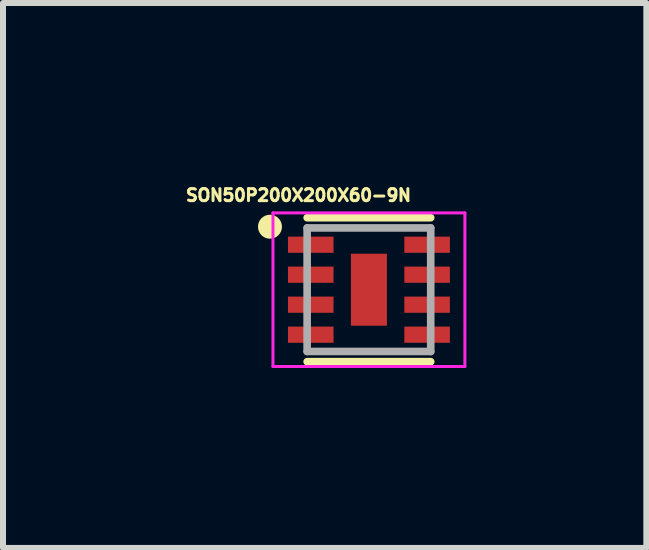
<source format=kicad_pcb>
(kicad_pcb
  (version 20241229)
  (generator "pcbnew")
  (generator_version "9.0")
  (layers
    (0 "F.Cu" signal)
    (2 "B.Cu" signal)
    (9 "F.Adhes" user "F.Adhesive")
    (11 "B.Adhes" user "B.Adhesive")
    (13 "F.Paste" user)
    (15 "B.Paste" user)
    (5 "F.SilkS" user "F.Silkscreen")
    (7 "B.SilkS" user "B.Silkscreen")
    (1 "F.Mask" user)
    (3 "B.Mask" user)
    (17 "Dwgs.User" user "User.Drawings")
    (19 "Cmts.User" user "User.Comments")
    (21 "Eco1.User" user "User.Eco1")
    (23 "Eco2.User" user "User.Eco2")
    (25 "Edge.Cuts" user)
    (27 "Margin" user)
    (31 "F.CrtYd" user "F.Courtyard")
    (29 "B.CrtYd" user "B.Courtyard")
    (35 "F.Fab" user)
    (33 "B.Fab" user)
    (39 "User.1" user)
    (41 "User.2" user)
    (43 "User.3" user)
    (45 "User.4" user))
  (footprint "SON50P200X200X60-9N"
    (layer "F.Cu")
    (at 3.101 1.78)
    (property "Reference" "SON50P200X200X60-9N" (at -1.175 -1.575 0) (layer "F.SilkS") (effects (font (size 0.2 0.2) (thickness 0.05))))
    (attr through_hole)
    (fp_line (start -1.03 -1.2) (end 1.03 -1.2) (stroke (width 0.127) (type solid)) (layer "F.SilkS"))
    (fp_line (start 1.03 1.2) (end -1.03 1.2) (stroke (width 0.127) (type solid)) (layer "F.SilkS"))
    (fp_circle (center -1.65 -1.05) (end -1.55 -1.05) (stroke (width 0.2) (type solid)) (fill no) (layer "F.SilkS"))
    (fp_poly (pts (xy -0.185 -0.485) (xy 0.185 -0.485) (xy 0.185 0.485) (xy -0.185 0.485)) (stroke (width 0.01) (type solid)) (fill yes) (layer "F.Paste"))
    (fp_line (start -1.6 -1.28) (end 1.6 -1.28) (stroke (width 0.05) (type solid)) (layer "F.CrtYd"))
    (fp_line (start -1.6 1.28) (end -1.6 -1.28) (stroke (width 0.05) (type solid)) (layer "F.CrtYd"))
    (fp_line (start 1.6 -1.28) (end 1.6 1.28) (stroke (width 0.05) (type solid)) (layer "F.CrtYd"))
    (fp_line (start 1.6 1.28) (end -1.6 1.28) (stroke (width 0.05) (type solid)) (layer "F.CrtYd"))
    (fp_line (start -1.03 -1.03) (end 1.03 -1.03) (stroke (width 0.127) (type solid)) (layer "F.Fab"))
    (fp_line (start -1.03 1.03) (end -1.03 -1.03) (stroke (width 0.127) (type solid)) (layer "F.Fab"))
    (fp_line (start 1.03 -1.03) (end 1.03 1.03) (stroke (width 0.127) (type solid)) (layer "F.Fab"))
    (fp_line (start 1.03 1.03) (end -1.03 1.03) (stroke (width 0.127) (type solid)) (layer "F.Fab"))
    (pad "1" smd rect (at -0.97 -0.75) (size 0.76 0.27) (layers "F.Cu" "F.Mask" "F.Paste"))
    (pad "2" smd rect (at -0.97 -0.25) (size 0.76 0.27) (layers "F.Cu" "F.Mask" "F.Paste"))
    (pad "3" smd rect (at -0.97 0.25) (size 0.76 0.27) (layers "F.Cu" "F.Mask" "F.Paste"))
    (pad "4" smd rect (at -0.97 0.75) (size 0.76 0.27) (layers "F.Cu" "F.Mask" "F.Paste"))
    (pad "5" smd rect (at 0.97 0.75) (size 0.76 0.27) (layers "F.Cu" "F.Mask" "F.Paste"))
    (pad "6" smd rect (at 0.97 0.25) (size 0.76 0.27) (layers "F.Cu" "F.Mask" "F.Paste"))
    (pad "7" smd rect (at 0.97 -0.25) (size 0.76 0.27) (layers "F.Cu" "F.Mask" "F.Paste"))
    (pad "8" smd rect (at 0.97 -0.75) (size 0.76 0.27) (layers "F.Cu" "F.Mask" "F.Paste"))
    (pad "9" smd rect (at 0 0) (size 0.6 1.2) (layers "F.Cu" "F.Mask")))
  (gr_rect
    (start -3 -3)
    (end 7.726 6.085)
    (stroke (width 0.1) (type default))
    (fill no)
    (layer "Edge.Cuts")))
</source>
